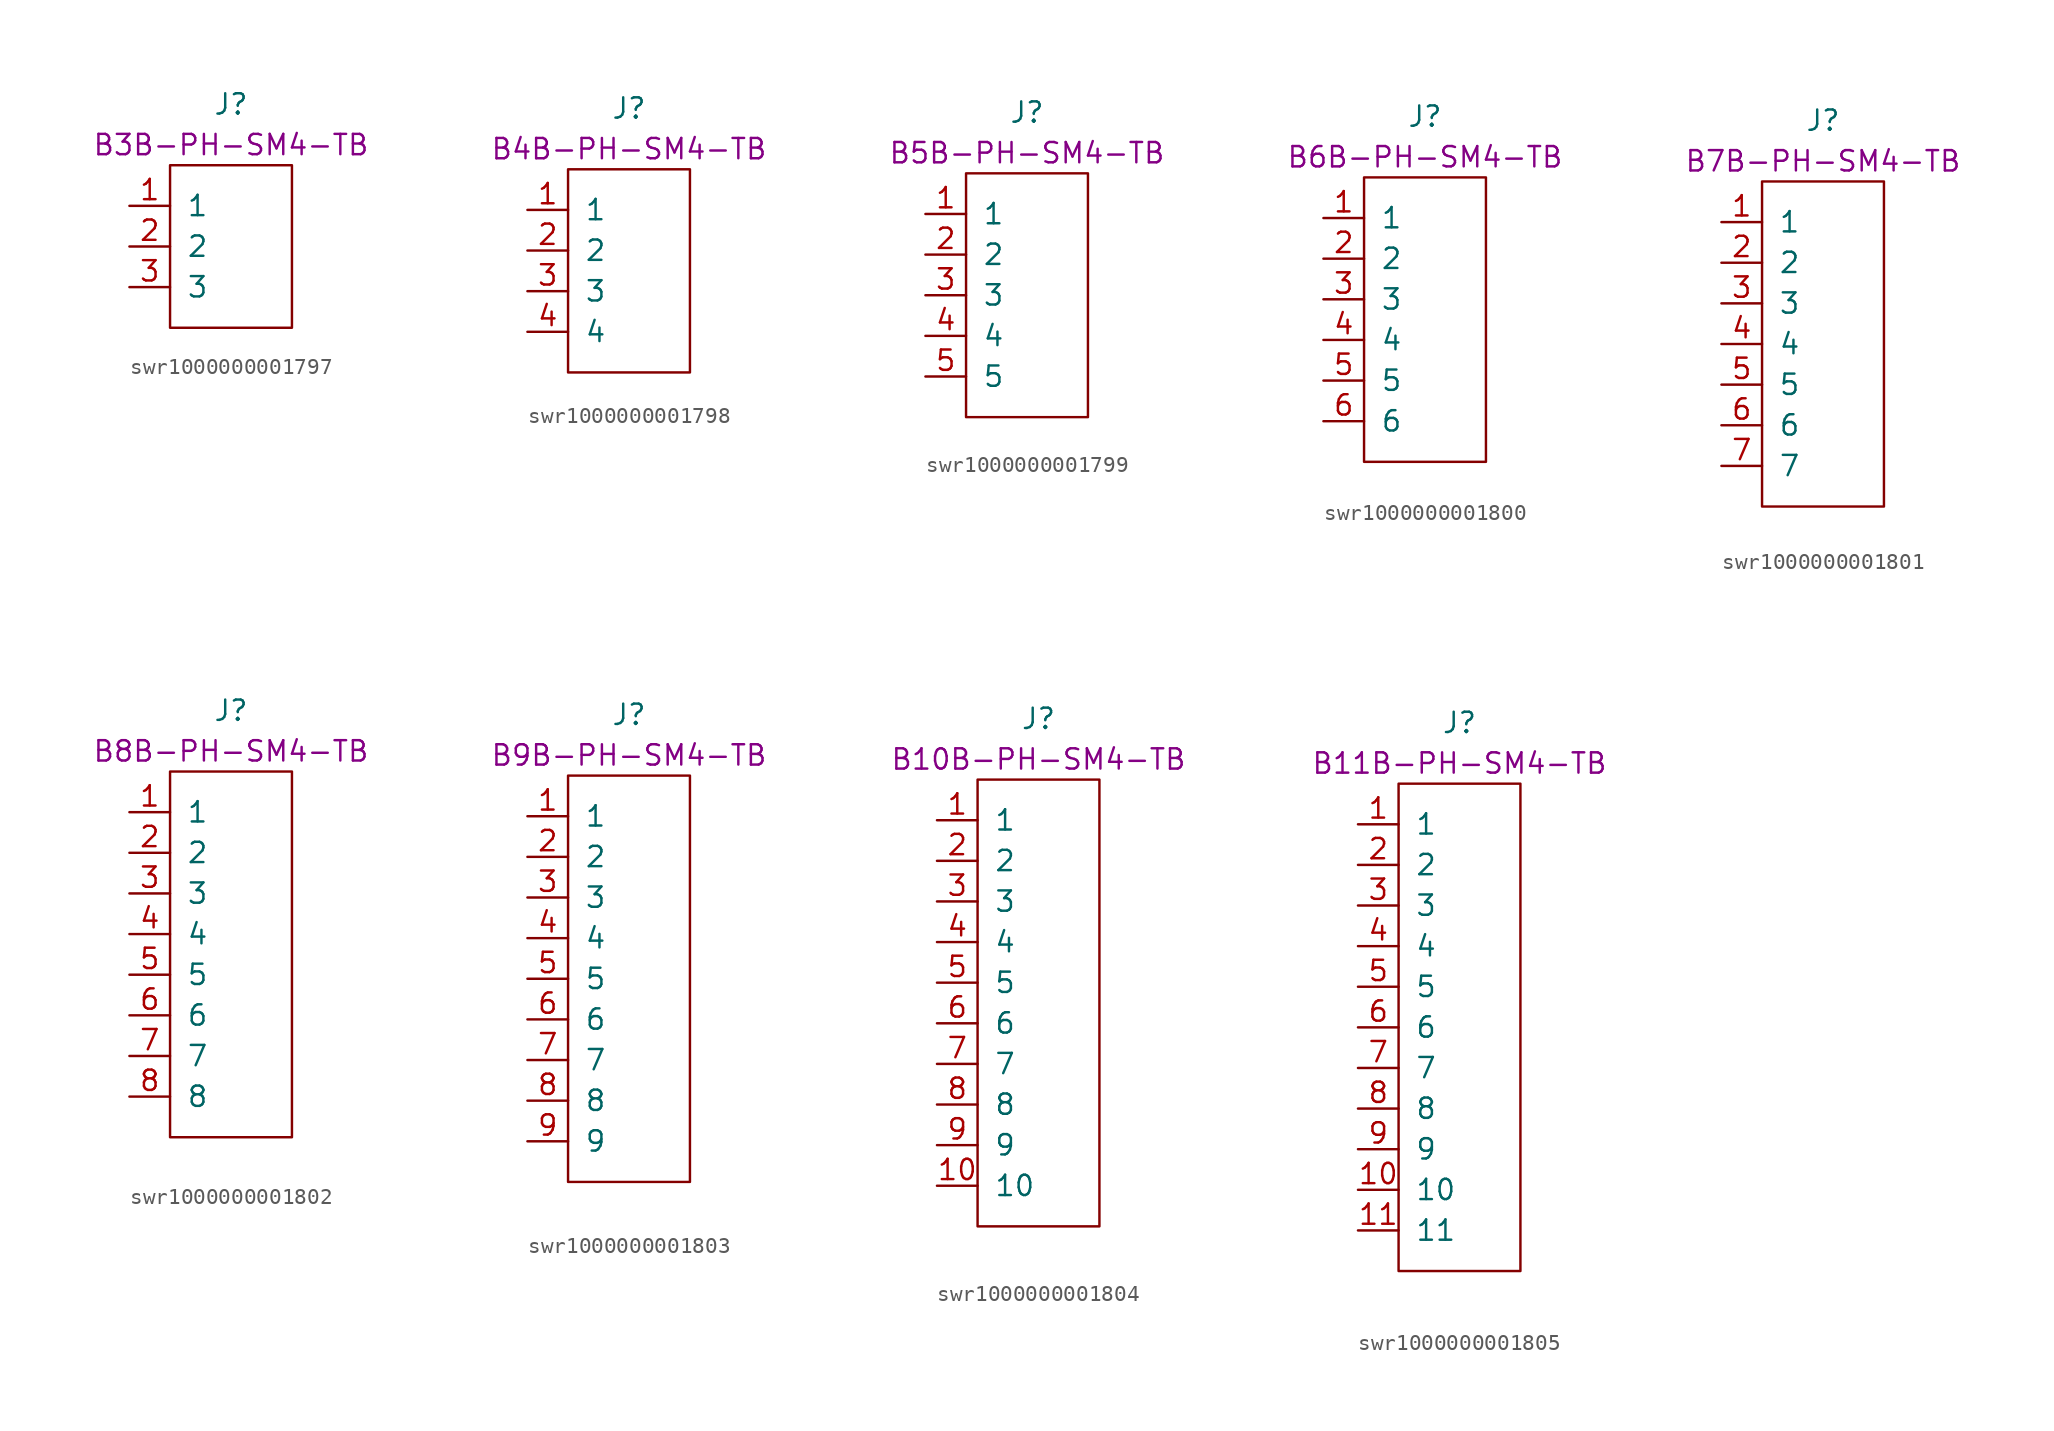
<source format=kicad_sym>
(kicad_symbol_lib
  (version 20220914)
  (generator kicad_symbol_editor)
  (symbol "swr1000000001797"
    (pin_names
      (offset 1.016))
    (property "Reference" "J"
      (at 0 3.81 0)
      (effects (font (size 1.27 1.27))))
    (property "PartValue" "B3B-PH-SM4-TB"
      (at 0 1.27 0)
      (effects (font (size 1.27 1.27))))
    (symbol "swr1000000001797_0_0"
      (pin passive line (at -6.35 -2.54 0) (length 2.54) (name "1" (effects (font (size 1.27 1.27)))) (number "1" (effects (font (size 1.27 1.27)))))
      (pin passive line (at -6.35 -5.08 0) (length 2.54) (name "2" (effects (font (size 1.27 1.27)))) (number "2" (effects (font (size 1.27 1.27))))))
    (symbol "swr1000000001797_0_1"
      (rectangle (start -3.81 0) (end 3.81 -10.16) (stroke (width 0) (type default)) (fill (type none))))
    (symbol "swr1000000001797_1_1"
      (pin passive line (at -6.35 -7.62 0) (length 2.54) (name "3" (effects (font (size 1.27 1.27)))) (number "3" (effects (font (size 1.27 1.27)))))))
  (symbol "swr1000000001798"
    (pin_names
      (offset 1.016))
    (property "Reference" "J"
      (at 0 3.81 0)
      (effects (font (size 1.27 1.27))))
    (property "PartValue" "B4B-PH-SM4-TB"
      (at 0 1.27 0)
      (effects (font (size 1.27 1.27))))
    (symbol "swr1000000001798_0_0"
      (pin passive line (at -6.35 -2.54 0) (length 2.54) (name "1" (effects (font (size 1.27 1.27)))) (number "1" (effects (font (size 1.27 1.27)))))
      (pin passive line (at -6.35 -5.08 0) (length 2.54) (name "2" (effects (font (size 1.27 1.27)))) (number "2" (effects (font (size 1.27 1.27))))))
    (symbol "swr1000000001798_0_1"
      (rectangle (start -3.81 0) (end 3.81 -12.7) (stroke (width 0) (type default)) (fill (type none))))
    (symbol "swr1000000001798_1_1"
      (pin passive line (at -6.35 -7.62 0) (length 2.54) (name "3" (effects (font (size 1.27 1.27)))) (number "3" (effects (font (size 1.27 1.27)))))
      (pin passive line (at -6.35 -10.16 0) (length 2.54) (name "4" (effects (font (size 1.27 1.27)))) (number "4" (effects (font (size 1.27 1.27)))))))
  (symbol "swr1000000001799"
    (pin_names
      (offset 1.016))
    (property "Reference" "J"
      (at 0 3.81 0)
      (effects (font (size 1.27 1.27))))
    (property "PartValue" "B5B-PH-SM4-TB"
      (at 0 1.27 0)
      (effects (font (size 1.27 1.27))))
    (symbol "swr1000000001799_0_0"
      (pin passive line (at -6.35 -2.54 0) (length 2.54) (name "1" (effects (font (size 1.27 1.27)))) (number "1" (effects (font (size 1.27 1.27)))))
      (pin passive line (at -6.35 -5.08 0) (length 2.54) (name "2" (effects (font (size 1.27 1.27)))) (number "2" (effects (font (size 1.27 1.27))))))
    (symbol "swr1000000001799_0_1"
      (rectangle (start -3.81 0) (end 3.81 -15.24) (stroke (width 0) (type default)) (fill (type none))))
    (symbol "swr1000000001799_1_1"
      (pin passive line (at -6.35 -7.62 0) (length 2.54) (name "3" (effects (font (size 1.27 1.27)))) (number "3" (effects (font (size 1.27 1.27)))))
      (pin passive line (at -6.35 -10.16 0) (length 2.54) (name "4" (effects (font (size 1.27 1.27)))) (number "4" (effects (font (size 1.27 1.27)))))
      (pin passive line (at -6.35 -12.7 0) (length 2.54) (name "5" (effects (font (size 1.27 1.27)))) (number "5" (effects (font (size 1.27 1.27)))))))
  (symbol "swr1000000001800"
    (pin_names
      (offset 1.016))
    (property "Reference" "J"
      (at 0 3.81 0)
      (effects (font (size 1.27 1.27))))
    (property "PartValue" "B6B-PH-SM4-TB"
      (at 0 1.27 0)
      (effects (font (size 1.27 1.27))))
    (symbol "swr1000000001800_0_0"
      (pin passive line (at -6.35 -2.54 0) (length 2.54) (name "1" (effects (font (size 1.27 1.27)))) (number "1" (effects (font (size 1.27 1.27)))))
      (pin passive line (at -6.35 -5.08 0) (length 2.54) (name "2" (effects (font (size 1.27 1.27)))) (number "2" (effects (font (size 1.27 1.27))))))
    (symbol "swr1000000001800_0_1"
      (rectangle (start -3.81 0) (end 3.81 -17.78) (stroke (width 0) (type default)) (fill (type none))))
    (symbol "swr1000000001800_1_1"
      (pin passive line (at -6.35 -7.62 0) (length 2.54) (name "3" (effects (font (size 1.27 1.27)))) (number "3" (effects (font (size 1.27 1.27)))))
      (pin passive line (at -6.35 -10.16 0) (length 2.54) (name "4" (effects (font (size 1.27 1.27)))) (number "4" (effects (font (size 1.27 1.27)))))
      (pin passive line (at -6.35 -12.7 0) (length 2.54) (name "5" (effects (font (size 1.27 1.27)))) (number "5" (effects (font (size 1.27 1.27)))))
      (pin passive line (at -6.35 -15.24 0) (length 2.54) (name "6" (effects (font (size 1.27 1.27)))) (number "6" (effects (font (size 1.27 1.27)))))))
  (symbol "swr1000000001801"
    (pin_names
      (offset 1.016))
    (property "Reference" "J"
      (at 0 3.81 0)
      (effects (font (size 1.27 1.27))))
    (property "PartValue" "B7B-PH-SM4-TB"
      (at 0 1.27 0)
      (effects (font (size 1.27 1.27))))
    (symbol "swr1000000001801_0_0"
      (pin passive line (at -6.35 -2.54 0) (length 2.54) (name "1" (effects (font (size 1.27 1.27)))) (number "1" (effects (font (size 1.27 1.27)))))
      (pin passive line (at -6.35 -5.08 0) (length 2.54) (name "2" (effects (font (size 1.27 1.27)))) (number "2" (effects (font (size 1.27 1.27))))))
    (symbol "swr1000000001801_0_1"
      (rectangle (start -3.81 0) (end 3.81 -20.32) (stroke (width 0) (type default)) (fill (type none))))
    (symbol "swr1000000001801_1_1"
      (pin passive line (at -6.35 -7.62 0) (length 2.54) (name "3" (effects (font (size 1.27 1.27)))) (number "3" (effects (font (size 1.27 1.27)))))
      (pin passive line (at -6.35 -10.16 0) (length 2.54) (name "4" (effects (font (size 1.27 1.27)))) (number "4" (effects (font (size 1.27 1.27)))))
      (pin passive line (at -6.35 -12.7 0) (length 2.54) (name "5" (effects (font (size 1.27 1.27)))) (number "5" (effects (font (size 1.27 1.27)))))
      (pin passive line (at -6.35 -15.24 0) (length 2.54) (name "6" (effects (font (size 1.27 1.27)))) (number "6" (effects (font (size 1.27 1.27)))))
      (pin passive line (at -6.35 -17.78 0) (length 2.54) (name "7" (effects (font (size 1.27 1.27)))) (number "7" (effects (font (size 1.27 1.27)))))))
  (symbol "swr1000000001802"
    (pin_names
      (offset 1.016))
    (property "Reference" "J"
      (at 0 3.81 0)
      (effects (font (size 1.27 1.27))))
    (property "PartValue" "B8B-PH-SM4-TB"
      (at 0 1.27 0)
      (effects (font (size 1.27 1.27))))
    (symbol "swr1000000001802_0_0"
      (pin passive line (at -6.35 -2.54 0) (length 2.54) (name "1" (effects (font (size 1.27 1.27)))) (number "1" (effects (font (size 1.27 1.27)))))
      (pin passive line (at -6.35 -5.08 0) (length 2.54) (name "2" (effects (font (size 1.27 1.27)))) (number "2" (effects (font (size 1.27 1.27))))))
    (symbol "swr1000000001802_0_1"
      (rectangle (start -3.81 0) (end 3.81 -22.86) (stroke (width 0) (type default)) (fill (type none))))
    (symbol "swr1000000001802_1_1"
      (pin passive line (at -6.35 -7.62 0) (length 2.54) (name "3" (effects (font (size 1.27 1.27)))) (number "3" (effects (font (size 1.27 1.27)))))
      (pin passive line (at -6.35 -10.16 0) (length 2.54) (name "4" (effects (font (size 1.27 1.27)))) (number "4" (effects (font (size 1.27 1.27)))))
      (pin passive line (at -6.35 -12.7 0) (length 2.54) (name "5" (effects (font (size 1.27 1.27)))) (number "5" (effects (font (size 1.27 1.27)))))
      (pin passive line (at -6.35 -15.24 0) (length 2.54) (name "6" (effects (font (size 1.27 1.27)))) (number "6" (effects (font (size 1.27 1.27)))))
      (pin passive line (at -6.35 -17.78 0) (length 2.54) (name "7" (effects (font (size 1.27 1.27)))) (number "7" (effects (font (size 1.27 1.27)))))
      (pin passive line (at -6.35 -20.32 0) (length 2.54) (name "8" (effects (font (size 1.27 1.27)))) (number "8" (effects (font (size 1.27 1.27)))))))
  (symbol "swr1000000001803"
    (pin_names
      (offset 1.016))
    (property "Reference" "J"
      (at 0 3.81 0)
      (effects (font (size 1.27 1.27))))
    (property "PartValue" "B9B-PH-SM4-TB"
      (at 0 1.27 0)
      (effects (font (size 1.27 1.27))))
    (symbol "swr1000000001803_0_0"
      (pin passive line (at -6.35 -2.54 0) (length 2.54) (name "1" (effects (font (size 1.27 1.27)))) (number "1" (effects (font (size 1.27 1.27)))))
      (pin passive line (at -6.35 -5.08 0) (length 2.54) (name "2" (effects (font (size 1.27 1.27)))) (number "2" (effects (font (size 1.27 1.27))))))
    (symbol "swr1000000001803_0_1"
      (rectangle (start -3.81 0) (end 3.81 -25.4) (stroke (width 0) (type default)) (fill (type none))))
    (symbol "swr1000000001803_1_1"
      (pin passive line (at -6.35 -7.62 0) (length 2.54) (name "3" (effects (font (size 1.27 1.27)))) (number "3" (effects (font (size 1.27 1.27)))))
      (pin passive line (at -6.35 -10.16 0) (length 2.54) (name "4" (effects (font (size 1.27 1.27)))) (number "4" (effects (font (size 1.27 1.27)))))
      (pin passive line (at -6.35 -12.7 0) (length 2.54) (name "5" (effects (font (size 1.27 1.27)))) (number "5" (effects (font (size 1.27 1.27)))))
      (pin passive line (at -6.35 -15.24 0) (length 2.54) (name "6" (effects (font (size 1.27 1.27)))) (number "6" (effects (font (size 1.27 1.27)))))
      (pin passive line (at -6.35 -17.78 0) (length 2.54) (name "7" (effects (font (size 1.27 1.27)))) (number "7" (effects (font (size 1.27 1.27)))))
      (pin passive line (at -6.35 -20.32 0) (length 2.54) (name "8" (effects (font (size 1.27 1.27)))) (number "8" (effects (font (size 1.27 1.27)))))
      (pin passive line (at -6.35 -22.86 0) (length 2.54) (name "9" (effects (font (size 1.27 1.27)))) (number "9" (effects (font (size 1.27 1.27)))))))
  (symbol "swr1000000001804"
    (pin_names
      (offset 1.016))
    (property "Reference" "J"
      (at 0 3.81 0)
      (effects (font (size 1.27 1.27))))
    (property "PartValue" "B10B-PH-SM4-TB"
      (at 0 1.27 0)
      (effects (font (size 1.27 1.27))))
    (symbol "swr1000000001804_0_0"
      (pin passive line (at -6.35 -2.54 0) (length 2.54) (name "1" (effects (font (size 1.27 1.27)))) (number "1" (effects (font (size 1.27 1.27)))))
      (pin passive line (at -6.35 -5.08 0) (length 2.54) (name "2" (effects (font (size 1.27 1.27)))) (number "2" (effects (font (size 1.27 1.27))))))
    (symbol "swr1000000001804_0_1"
      (rectangle (start -3.81 0) (end 3.81 -27.94) (stroke (width 0) (type default)) (fill (type none))))
    (symbol "swr1000000001804_1_1"
      (pin passive line (at -6.35 -25.4 0) (length 2.54) (name "10" (effects (font (size 1.27 1.27)))) (number "10" (effects (font (size 1.27 1.27)))))
      (pin passive line (at -6.35 -7.62 0) (length 2.54) (name "3" (effects (font (size 1.27 1.27)))) (number "3" (effects (font (size 1.27 1.27)))))
      (pin passive line (at -6.35 -10.16 0) (length 2.54) (name "4" (effects (font (size 1.27 1.27)))) (number "4" (effects (font (size 1.27 1.27)))))
      (pin passive line (at -6.35 -12.7 0) (length 2.54) (name "5" (effects (font (size 1.27 1.27)))) (number "5" (effects (font (size 1.27 1.27)))))
      (pin passive line (at -6.35 -15.24 0) (length 2.54) (name "6" (effects (font (size 1.27 1.27)))) (number "6" (effects (font (size 1.27 1.27)))))
      (pin passive line (at -6.35 -17.78 0) (length 2.54) (name "7" (effects (font (size 1.27 1.27)))) (number "7" (effects (font (size 1.27 1.27)))))
      (pin passive line (at -6.35 -20.32 0) (length 2.54) (name "8" (effects (font (size 1.27 1.27)))) (number "8" (effects (font (size 1.27 1.27)))))
      (pin passive line (at -6.35 -22.86 0) (length 2.54) (name "9" (effects (font (size 1.27 1.27)))) (number "9" (effects (font (size 1.27 1.27)))))))
  (symbol "swr1000000001805"
    (pin_names
      (offset 1.016))
    (property "Reference" "J"
      (at 0 3.81 0)
      (effects (font (size 1.27 1.27))))
    (property "PartValue" "B11B-PH-SM4-TB"
      (at 0 1.27 0)
      (effects (font (size 1.27 1.27))))
    (symbol "swr1000000001805_0_0"
      (pin passive line (at -6.35 -2.54 0) (length 2.54) (name "1" (effects (font (size 1.27 1.27)))) (number "1" (effects (font (size 1.27 1.27)))))
      (pin passive line (at -6.35 -5.08 0) (length 2.54) (name "2" (effects (font (size 1.27 1.27)))) (number "2" (effects (font (size 1.27 1.27))))))
    (symbol "swr1000000001805_0_1"
      (rectangle (start -3.81 0) (end 3.81 -30.48) (stroke (width 0) (type default)) (fill (type none))))
    (symbol "swr1000000001805_1_1"
      (pin passive line (at -6.35 -25.4 0) (length 2.54) (name "10" (effects (font (size 1.27 1.27)))) (number "10" (effects (font (size 1.27 1.27)))))
      (pin passive line (at -6.35 -27.94 0) (length 2.54) (name "11" (effects (font (size 1.27 1.27)))) (number "11" (effects (font (size 1.27 1.27)))))
      (pin passive line (at -6.35 -7.62 0) (length 2.54) (name "3" (effects (font (size 1.27 1.27)))) (number "3" (effects (font (size 1.27 1.27)))))
      (pin passive line (at -6.35 -10.16 0) (length 2.54) (name "4" (effects (font (size 1.27 1.27)))) (number "4" (effects (font (size 1.27 1.27)))))
      (pin passive line (at -6.35 -12.7 0) (length 2.54) (name "5" (effects (font (size 1.27 1.27)))) (number "5" (effects (font (size 1.27 1.27)))))
      (pin passive line (at -6.35 -15.24 0) (length 2.54) (name "6" (effects (font (size 1.27 1.27)))) (number "6" (effects (font (size 1.27 1.27)))))
      (pin passive line (at -6.35 -17.78 0) (length 2.54) (name "7" (effects (font (size 1.27 1.27)))) (number "7" (effects (font (size 1.27 1.27)))))
      (pin passive line (at -6.35 -20.32 0) (length 2.54) (name "8" (effects (font (size 1.27 1.27)))) (number "8" (effects (font (size 1.27 1.27)))))
      (pin passive line (at -6.35 -22.86 0) (length 2.54) (name "9" (effects (font (size 1.27 1.27)))) (number "9" (effects (font (size 1.27 1.27))))))))
</source>
